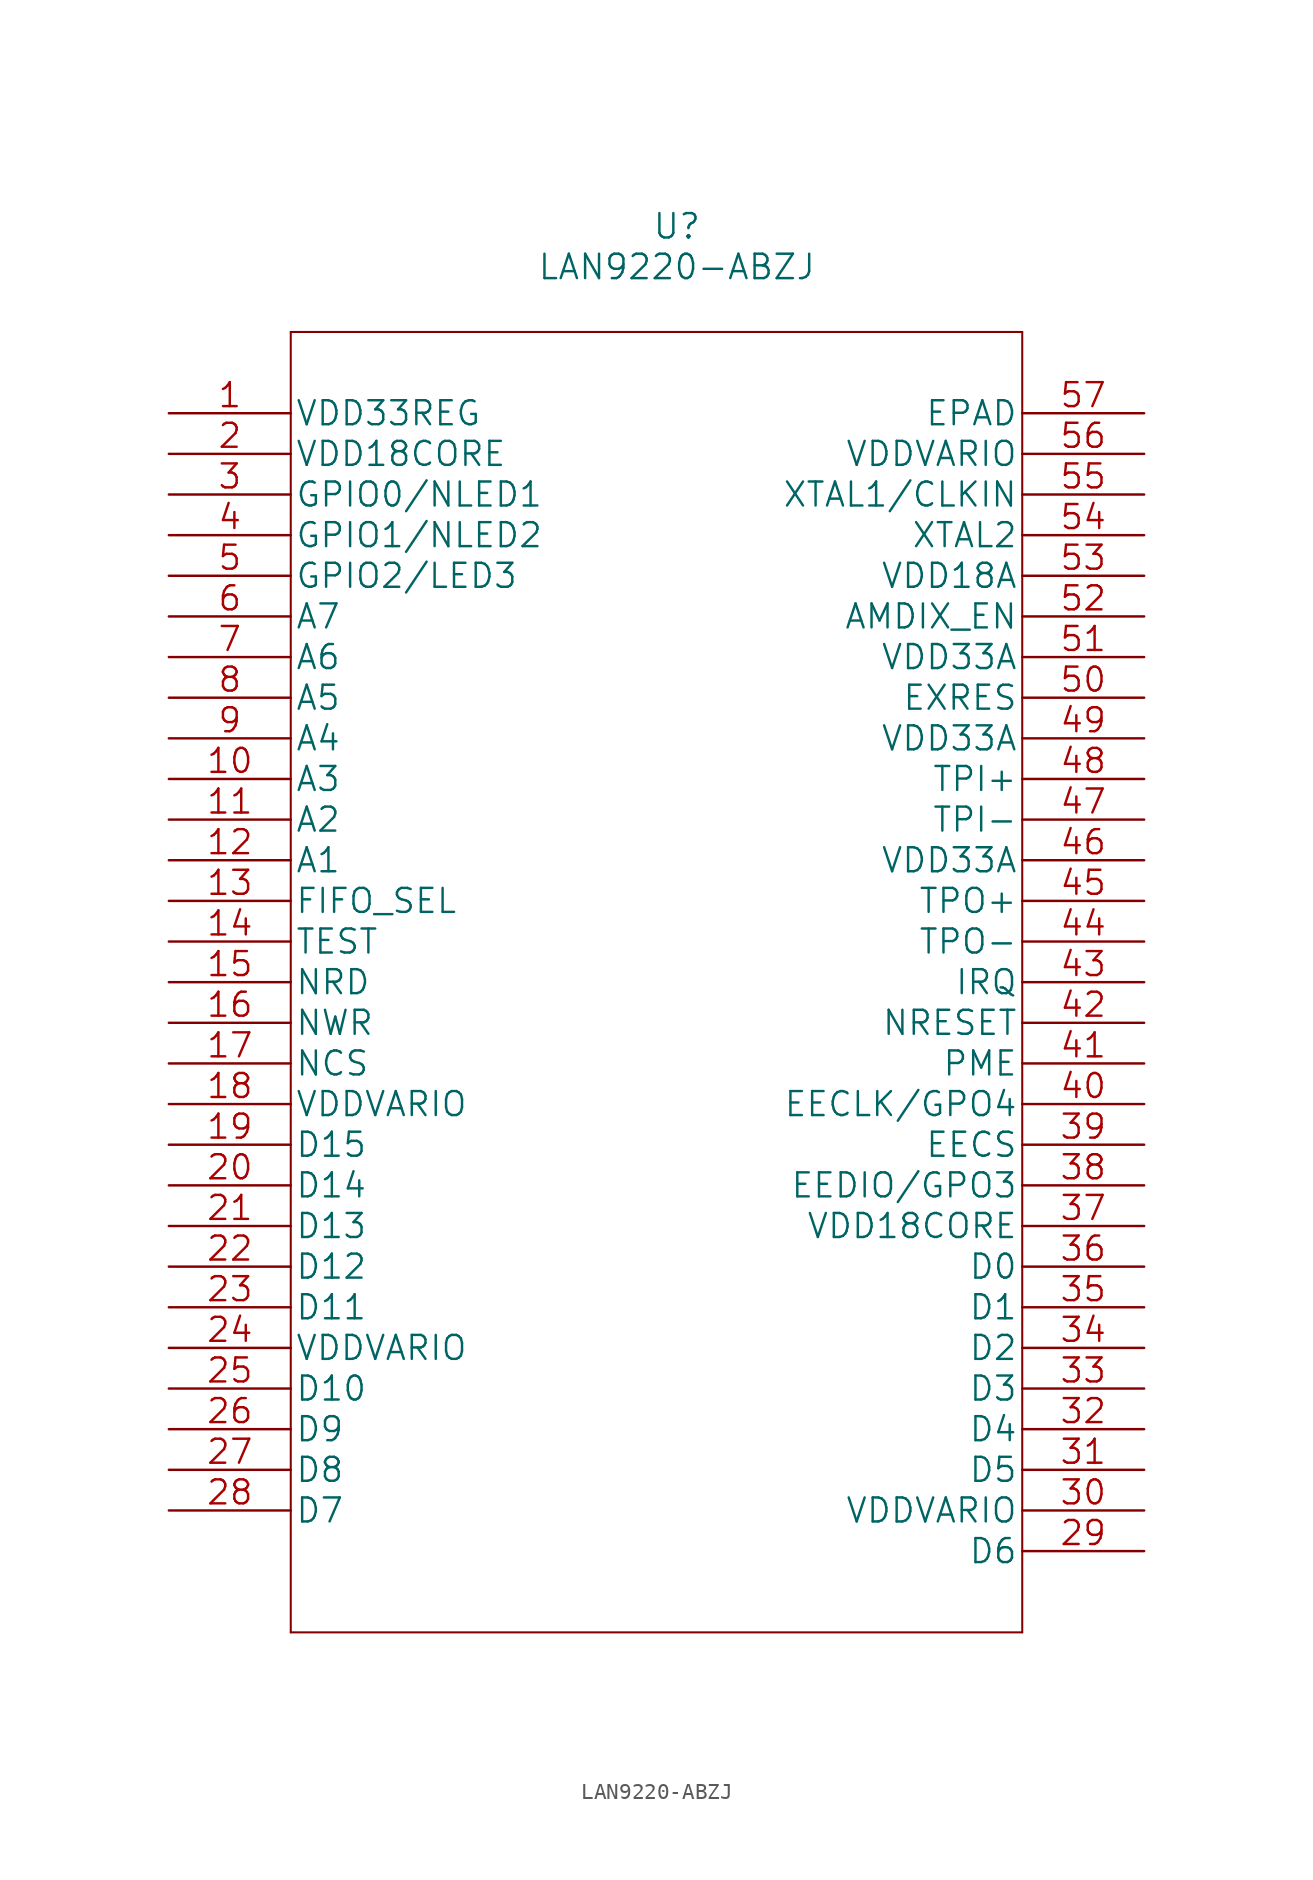
<source format=kicad_sym>
(kicad_symbol_lib
  (version 20220914)
  (generator kicad_symbol_editor)
  (symbol "LAN9220-ABZJ"
    (pin_names
      (offset 0.254))
    (property "Reference" "U"
      (at 31.75 11.684 0)
      (effects (font (size 1.524 1.524))))
    (property "Value" "LAN9220-ABZJ"
      (at 31.75 9.144 0)
      (effects (font (size 1.524 1.524))))
    (property "Datasheet" ""
      (at 0 0 0)
      (effects (font (size 1.524 1.524))))
    (property "ki_locked" ""
      (at 0 0 0)
      (effects (font (size 1.27 1.27))))
    (symbol "LAN9220-ABZJ_1_1"
      (polyline (pts (xy 7.62 -76.2) (xy 53.34 -76.2)) (stroke (width 0.127) (type solid)) (fill (type none)))
      (polyline (pts (xy 7.62 5.08) (xy 7.62 -76.2)) (stroke (width 0.127) (type solid)) (fill (type none)))
      (polyline (pts (xy 53.34 -76.2) (xy 53.34 5.08)) (stroke (width 0.127) (type solid)) (fill (type none)))
      (polyline (pts (xy 53.34 5.08) (xy 7.62 5.08)) (stroke (width 0.127) (type solid)) (fill (type none)))
      (pin power_in line (at 0 0 0) (length 7.62) (name "VDD33REG" (effects (font (size 1.499 1.499)))) (number "1" (effects (font (size 1.499 1.499)))))
      (pin input line (at 0 -22.86 0) (length 7.62) (name "A3" (effects (font (size 1.499 1.499)))) (number "10" (effects (font (size 1.499 1.499)))))
      (pin input line (at 0 -25.4 0) (length 7.62) (name "A2" (effects (font (size 1.499 1.499)))) (number "11" (effects (font (size 1.499 1.499)))))
      (pin input line (at 0 -27.94 0) (length 7.62) (name "A1" (effects (font (size 1.499 1.499)))) (number "12" (effects (font (size 1.499 1.499)))))
      (pin input line (at 0 -30.48 0) (length 7.62) (name "FIFO_SEL" (effects (font (size 1.499 1.499)))) (number "13" (effects (font (size 1.499 1.499)))))
      (pin input line (at 0 -33.02 0) (length 7.62) (name "TEST" (effects (font (size 1.499 1.499)))) (number "14" (effects (font (size 1.499 1.499)))))
      (pin input line (at 0 -35.56 0) (length 7.62) (name "NRD" (effects (font (size 1.499 1.499)))) (number "15" (effects (font (size 1.499 1.499)))))
      (pin input line (at 0 -38.1 0) (length 7.62) (name "NWR" (effects (font (size 1.499 1.499)))) (number "16" (effects (font (size 1.499 1.499)))))
      (pin input line (at 0 -40.64 0) (length 7.62) (name "NCS" (effects (font (size 1.499 1.499)))) (number "17" (effects (font (size 1.499 1.499)))))
      (pin power_in line (at 0 -43.18 0) (length 7.62) (name "VDDVARIO" (effects (font (size 1.499 1.499)))) (number "18" (effects (font (size 1.499 1.499)))))
      (pin bidirectional line (at 0 -45.72 0) (length 7.62) (name "D15" (effects (font (size 1.499 1.499)))) (number "19" (effects (font (size 1.499 1.499)))))
      (pin power_in line (at 0 -2.54 0) (length 7.62) (name "VDD18CORE" (effects (font (size 1.499 1.499)))) (number "2" (effects (font (size 1.499 1.499)))))
      (pin bidirectional line (at 0 -48.26 0) (length 7.62) (name "D14" (effects (font (size 1.499 1.499)))) (number "20" (effects (font (size 1.499 1.499)))))
      (pin bidirectional line (at 0 -50.8 0) (length 7.62) (name "D13" (effects (font (size 1.499 1.499)))) (number "21" (effects (font (size 1.499 1.499)))))
      (pin bidirectional line (at 0 -53.34 0) (length 7.62) (name "D12" (effects (font (size 1.499 1.499)))) (number "22" (effects (font (size 1.499 1.499)))))
      (pin bidirectional line (at 0 -55.88 0) (length 7.62) (name "D11" (effects (font (size 1.499 1.499)))) (number "23" (effects (font (size 1.499 1.499)))))
      (pin power_in line (at 0 -58.42 0) (length 7.62) (name "VDDVARIO" (effects (font (size 1.499 1.499)))) (number "24" (effects (font (size 1.499 1.499)))))
      (pin bidirectional line (at 0 -60.96 0) (length 7.62) (name "D10" (effects (font (size 1.499 1.499)))) (number "25" (effects (font (size 1.499 1.499)))))
      (pin bidirectional line (at 0 -63.5 0) (length 7.62) (name "D9" (effects (font (size 1.499 1.499)))) (number "26" (effects (font (size 1.499 1.499)))))
      (pin bidirectional line (at 0 -66.04 0) (length 7.62) (name "D8" (effects (font (size 1.499 1.499)))) (number "27" (effects (font (size 1.499 1.499)))))
      (pin bidirectional line (at 0 -68.58 0) (length 7.62) (name "D7" (effects (font (size 1.499 1.499)))) (number "28" (effects (font (size 1.499 1.499)))))
      (pin bidirectional line (at 60.96 -71.12 180) (length 7.62) (name "D6" (effects (font (size 1.499 1.499)))) (number "29" (effects (font (size 1.499 1.499)))))
      (pin bidirectional line (at 0 -5.08 0) (length 7.62) (name "GPIO0/NLED1" (effects (font (size 1.499 1.499)))) (number "3" (effects (font (size 1.499 1.499)))))
      (pin power_in line (at 60.96 -68.58 180) (length 7.62) (name "VDDVARIO" (effects (font (size 1.499 1.499)))) (number "30" (effects (font (size 1.499 1.499)))))
      (pin bidirectional line (at 60.96 -66.04 180) (length 7.62) (name "D5" (effects (font (size 1.499 1.499)))) (number "31" (effects (font (size 1.499 1.499)))))
      (pin bidirectional line (at 60.96 -63.5 180) (length 7.62) (name "D4" (effects (font (size 1.499 1.499)))) (number "32" (effects (font (size 1.499 1.499)))))
      (pin bidirectional line (at 60.96 -60.96 180) (length 7.62) (name "D3" (effects (font (size 1.499 1.499)))) (number "33" (effects (font (size 1.499 1.499)))))
      (pin bidirectional line (at 60.96 -58.42 180) (length 7.62) (name "D2" (effects (font (size 1.499 1.499)))) (number "34" (effects (font (size 1.499 1.499)))))
      (pin bidirectional line (at 60.96 -55.88 180) (length 7.62) (name "D1" (effects (font (size 1.499 1.499)))) (number "35" (effects (font (size 1.499 1.499)))))
      (pin bidirectional line (at 60.96 -53.34 180) (length 7.62) (name "D0" (effects (font (size 1.499 1.499)))) (number "36" (effects (font (size 1.499 1.499)))))
      (pin power_in line (at 60.96 -50.8 180) (length 7.62) (name "VDD18CORE" (effects (font (size 1.499 1.499)))) (number "37" (effects (font (size 1.499 1.499)))))
      (pin bidirectional line (at 60.96 -48.26 180) (length 7.62) (name "EEDIO/GPO3" (effects (font (size 1.499 1.499)))) (number "38" (effects (font (size 1.499 1.499)))))
      (pin output line (at 60.96 -45.72 180) (length 7.62) (name "EECS" (effects (font (size 1.499 1.499)))) (number "39" (effects (font (size 1.499 1.499)))))
      (pin bidirectional line (at 0 -7.62 0) (length 7.62) (name "GPIO1/NLED2" (effects (font (size 1.499 1.499)))) (number "4" (effects (font (size 1.499 1.499)))))
      (pin bidirectional line (at 60.96 -43.18 180) (length 7.62) (name "EECLK/GPO4" (effects (font (size 1.499 1.499)))) (number "40" (effects (font (size 1.499 1.499)))))
      (pin output line (at 60.96 -40.64 180) (length 7.62) (name "PME" (effects (font (size 1.499 1.499)))) (number "41" (effects (font (size 1.499 1.499)))))
      (pin input line (at 60.96 -38.1 180) (length 7.62) (name "NRESET" (effects (font (size 1.499 1.499)))) (number "42" (effects (font (size 1.499 1.499)))))
      (pin output line (at 60.96 -35.56 180) (length 7.62) (name "IRQ" (effects (font (size 1.499 1.499)))) (number "43" (effects (font (size 1.499 1.499)))))
      (pin output line (at 60.96 -33.02 180) (length 7.62) (name "TPO-" (effects (font (size 1.499 1.499)))) (number "44" (effects (font (size 1.499 1.499)))))
      (pin output line (at 60.96 -30.48 180) (length 7.62) (name "TPO+" (effects (font (size 1.499 1.499)))) (number "45" (effects (font (size 1.499 1.499)))))
      (pin power_in line (at 60.96 -27.94 180) (length 7.62) (name "VDD33A" (effects (font (size 1.499 1.499)))) (number "46" (effects (font (size 1.499 1.499)))))
      (pin input line (at 60.96 -25.4 180) (length 7.62) (name "TPI-" (effects (font (size 1.499 1.499)))) (number "47" (effects (font (size 1.499 1.499)))))
      (pin input line (at 60.96 -22.86 180) (length 7.62) (name "TPI+" (effects (font (size 1.499 1.499)))) (number "48" (effects (font (size 1.499 1.499)))))
      (pin power_in line (at 60.96 -20.32 180) (length 7.62) (name "VDD33A" (effects (font (size 1.499 1.499)))) (number "49" (effects (font (size 1.499 1.499)))))
      (pin bidirectional line (at 0 -10.16 0) (length 7.62) (name "GPIO2/LED3" (effects (font (size 1.499 1.499)))) (number "5" (effects (font (size 1.499 1.499)))))
      (pin input line (at 60.96 -17.78 180) (length 7.62) (name "EXRES" (effects (font (size 1.499 1.499)))) (number "50" (effects (font (size 1.499 1.499)))))
      (pin power_in line (at 60.96 -15.24 180) (length 7.62) (name "VDD33A" (effects (font (size 1.499 1.499)))) (number "51" (effects (font (size 1.499 1.499)))))
      (pin input line (at 60.96 -12.7 180) (length 7.62) (name "AMDIX_EN" (effects (font (size 1.499 1.499)))) (number "52" (effects (font (size 1.499 1.499)))))
      (pin power_in line (at 60.96 -10.16 180) (length 7.62) (name "VDD18A" (effects (font (size 1.499 1.499)))) (number "53" (effects (font (size 1.499 1.499)))))
      (pin output line (at 60.96 -7.62 180) (length 7.62) (name "XTAL2" (effects (font (size 1.499 1.499)))) (number "54" (effects (font (size 1.499 1.499)))))
      (pin input line (at 60.96 -5.08 180) (length 7.62) (name "XTAL1/CLKIN" (effects (font (size 1.499 1.499)))) (number "55" (effects (font (size 1.499 1.499)))))
      (pin power_in line (at 60.96 -2.54 180) (length 7.62) (name "VDDVARIO" (effects (font (size 1.499 1.499)))) (number "56" (effects (font (size 1.499 1.499)))))
      (pin power_in line (at 60.96 0 180) (length 7.62) (name "EPAD" (effects (font (size 1.499 1.499)))) (number "57" (effects (font (size 1.499 1.499)))))
      (pin input line (at 0 -12.7 0) (length 7.62) (name "A7" (effects (font (size 1.499 1.499)))) (number "6" (effects (font (size 1.499 1.499)))))
      (pin input line (at 0 -15.24 0) (length 7.62) (name "A6" (effects (font (size 1.499 1.499)))) (number "7" (effects (font (size 1.499 1.499)))))
      (pin input line (at 0 -17.78 0) (length 7.62) (name "A5" (effects (font (size 1.499 1.499)))) (number "8" (effects (font (size 1.499 1.499)))))
      (pin input line (at 0 -20.32 0) (length 7.62) (name "A4" (effects (font (size 1.499 1.499)))) (number "9" (effects (font (size 1.499 1.499))))))))
</source>
